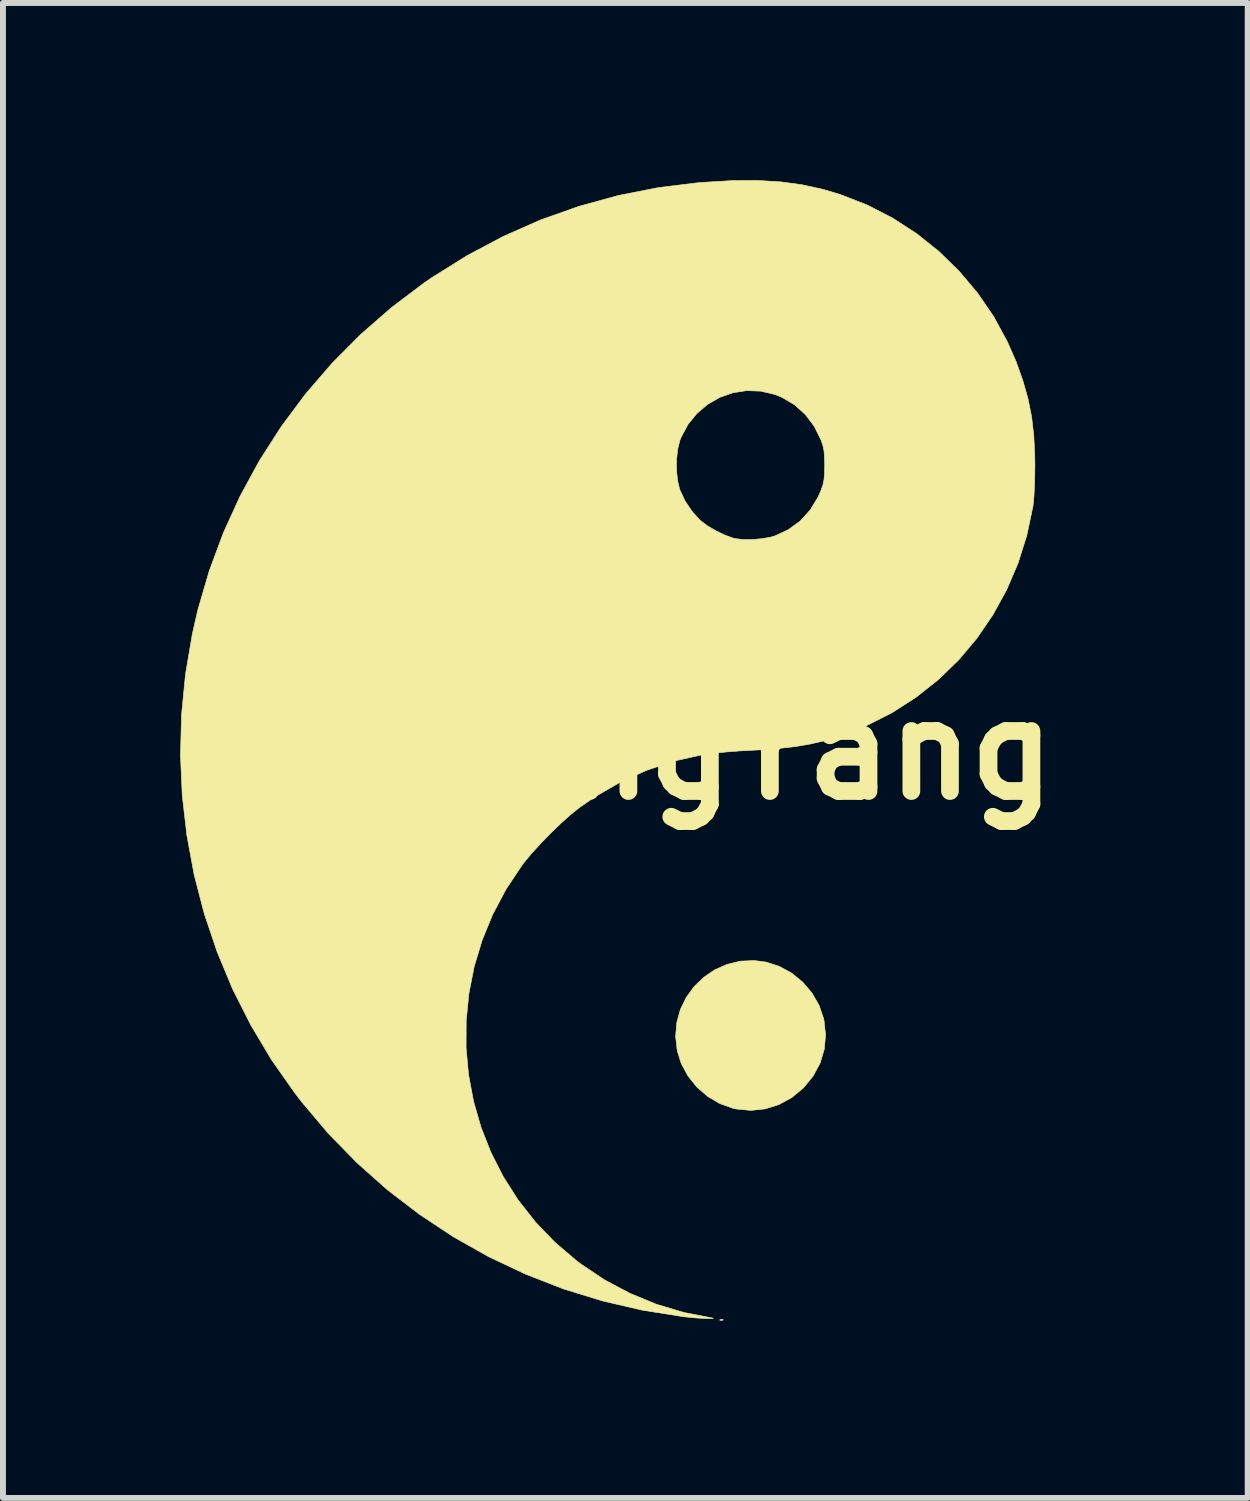
<source format=kicad_pcb>
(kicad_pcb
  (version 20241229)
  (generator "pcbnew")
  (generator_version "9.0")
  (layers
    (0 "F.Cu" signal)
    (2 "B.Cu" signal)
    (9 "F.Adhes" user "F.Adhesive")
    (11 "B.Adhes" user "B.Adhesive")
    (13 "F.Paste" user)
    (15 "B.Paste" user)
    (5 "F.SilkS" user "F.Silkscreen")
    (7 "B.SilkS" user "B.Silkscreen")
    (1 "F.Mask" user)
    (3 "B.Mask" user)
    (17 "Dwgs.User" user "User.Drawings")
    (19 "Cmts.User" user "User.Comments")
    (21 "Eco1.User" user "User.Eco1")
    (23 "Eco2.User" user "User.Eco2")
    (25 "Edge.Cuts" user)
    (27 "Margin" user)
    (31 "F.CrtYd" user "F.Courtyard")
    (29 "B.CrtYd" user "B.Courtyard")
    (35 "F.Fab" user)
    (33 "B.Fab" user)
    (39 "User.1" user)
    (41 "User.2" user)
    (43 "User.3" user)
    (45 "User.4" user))
  (footprint "YingYang"
    (layer "F.Cu")
    (at 9.655 9.65)
    (property "Reference" "YingYang" (at 0 0 0) (layer "F.SilkS") (effects (font (size 1.524 1.524) (thickness 0.3))))
    (attr through_hole)
    (fp_poly (pts (xy -0.464 9.637) (xy -0.472 9.648) (xy -0.497 9.65) (xy -0.525 9.644) (xy -0.513 9.635) (xy -0.473 9.632) (xy -0.464 9.637)) (stroke (width 0.01) (type solid)) (fill yes) (layer "F.SilkS"))
    (fp_poly (pts (xy 0.259 3.584) (xy 0.486 3.657) (xy 0.696 3.772) (xy 0.883 3.925) (xy 1.039 4.108) (xy 1.159 4.316) (xy 1.236 4.542) (xy 1.242 4.567) (xy 1.269 4.817) (xy 1.247 5.061) (xy 1.177 5.294) (xy 1.06 5.512) (xy 0.898 5.71) (xy 0.891 5.717) (xy 0.696 5.879) (xy 0.479 5.997) (xy 0.247 6.07) (xy 0.005 6.095) (xy -0.24 6.072) (xy -0.296 6.06) (xy -0.522 5.98) (xy -0.729 5.857) (xy -0.911 5.699) (xy -1.062 5.51) (xy -1.175 5.299) (xy -1.242 5.085) (xy -1.269 4.842) (xy -1.249 4.607) (xy -1.188 4.385) (xy -1.088 4.181) (xy -0.955 3.998) (xy -0.793 3.842) (xy -0.606 3.715) (xy -0.398 3.623) (xy -0.173 3.569) (xy 0.064 3.559) (xy 0.259 3.584)) (stroke (width 0.01) (type solid)) (fill yes) (layer "F.SilkS"))
    (fp_poly (pts (xy 0.509 -9.622) (xy 0.869 -9.573) (xy 1.219 -9.497) (xy 1.524 -9.406) (xy 1.976 -9.229) (xy 2.406 -9.008) (xy 2.81 -8.746) (xy 3.186 -8.446) (xy 3.53 -8.11) (xy 3.841 -7.741) (xy 4.114 -7.343) (xy 4.346 -6.917) (xy 4.494 -6.579) (xy 4.608 -6.258) (xy 4.695 -5.953) (xy 4.756 -5.649) (xy 4.793 -5.332) (xy 4.81 -4.988) (xy 4.812 -4.826) (xy 4.81 -4.643) (xy 4.805 -4.467) (xy 4.797 -4.311) (xy 4.787 -4.186) (xy 4.779 -4.128) (xy 4.675 -3.636) (xy 4.526 -3.164) (xy 4.334 -2.716) (xy 4.101 -2.292) (xy 3.83 -1.895) (xy 3.521 -1.529) (xy 3.177 -1.195) (xy 2.8 -0.897) (xy 2.393 -0.635) (xy 1.956 -0.414) (xy 1.765 -0.334) (xy 1.516 -0.242) (xy 1.274 -0.168) (xy 1.029 -0.11) (xy 0.769 -0.065) (xy 0.484 -0.032) (xy 0.165 -0.008) (xy 0.013 -0.000134) (xy -0.174 0.01) (xy -0.365 0.024) (xy -0.545 0.041) (xy -0.701 0.058) (xy -0.813 0.074) (xy -1.29 0.181) (xy -1.756 0.337) (xy -2.205 0.539) (xy -2.633 0.786) (xy -2.896 0.968) (xy -3.044 1.087) (xy -3.21 1.235) (xy -3.384 1.403) (xy -3.554 1.578) (xy -3.71 1.749) (xy -3.839 1.905) (xy -3.867 1.943) (xy -4.139 2.351) (xy -4.364 2.776) (xy -4.544 3.214) (xy -4.679 3.662) (xy -4.768 4.117) (xy -4.814 4.575) (xy -4.816 5.034) (xy -4.774 5.49) (xy -4.69 5.94) (xy -4.563 6.381) (xy -4.394 6.809) (xy -4.184 7.221) (xy -3.933 7.614) (xy -3.642 7.985) (xy -3.31 8.33) (xy -2.939 8.646) (xy -2.874 8.695) (xy -2.472 8.964) (xy -2.042 9.192) (xy -1.593 9.377) (xy -1.129 9.516) (xy -0.657 9.607) (xy -0.648 9.609) (xy -0.629 9.614) (xy -0.655 9.618) (xy -0.711 9.62) (xy -0.795 9.617) (xy -0.912 9.609) (xy -1.045 9.597) (xy -1.142 9.586) (xy -1.832 9.477) (xy -2.508 9.32) (xy -3.168 9.117) (xy -3.809 8.867) (xy -4.43 8.574) (xy -5.028 8.237) (xy -5.601 7.858) (xy -6.147 7.44) (xy -6.663 6.981) (xy -7.148 6.485) (xy -7.598 5.952) (xy -7.713 5.803) (xy -8.109 5.239) (xy -8.46 4.65) (xy -8.768 4.04) (xy -9.03 3.411) (xy -9.247 2.767) (xy -9.418 2.109) (xy -9.542 1.44) (xy -9.62 0.764) (xy -9.65 0.082) (xy -9.632 -0.603) (xy -9.565 -1.288) (xy -9.449 -1.97) (xy -9.357 -2.374) (xy -9.164 -3.035) (xy -8.925 -3.679) (xy -8.641 -4.302) (xy -8.403 -4.739) (xy -1.254 -4.739) (xy -1.236 -4.565) (xy -1.201 -4.418) (xy -1.199 -4.413) (xy -1.11 -4.222) (xy -0.988 -4.04) (xy -0.848 -3.888) (xy -0.842 -3.883) (xy -0.73 -3.799) (xy -0.588 -3.716) (xy -0.438 -3.644) (xy -0.298 -3.593) (xy -0.253 -3.582) (xy -0.126 -3.568) (xy 0.028 -3.568) (xy 0.189 -3.582) (xy 0.335 -3.607) (xy 0.409 -3.628) (xy 0.638 -3.734) (xy 0.838 -3.88) (xy 1.007 -4.065) (xy 1.141 -4.285) (xy 1.195 -4.407) (xy 1.224 -4.492) (xy 1.242 -4.577) (xy 1.251 -4.678) (xy 1.254 -4.811) (xy 1.254 -4.826) (xy 1.251 -4.963) (xy 1.243 -5.066) (xy 1.226 -5.152) (xy 1.198 -5.236) (xy 1.195 -5.245) (xy 1.079 -5.481) (xy 0.927 -5.683) (xy 0.743 -5.849) (xy 0.53 -5.975) (xy 0.411 -6.023) (xy 0.173 -6.079) (xy -0.066 -6.088) (xy -0.299 -6.052) (xy -0.52 -5.975) (xy -0.724 -5.858) (xy -0.905 -5.705) (xy -1.057 -5.52) (xy -1.174 -5.303) (xy -1.198 -5.243) (xy -1.234 -5.097) (xy -1.253 -4.923) (xy -1.254 -4.739) (xy -8.403 -4.739) (xy -8.313 -4.904) (xy -7.944 -5.48) (xy -7.534 -6.03) (xy -7.086 -6.55) (xy -6.6 -7.039) (xy -6.08 -7.493) (xy -5.527 -7.911) (xy -5.397 -8) (xy -4.8 -8.373) (xy -4.186 -8.699) (xy -3.554 -8.978) (xy -2.905 -9.208) (xy -2.24 -9.391) (xy -1.56 -9.525) (xy -0.865 -9.61) (xy -0.292 -9.644) (xy 0.125 -9.645) (xy 0.509 -9.622)) (stroke (width 0.01) (type solid)) (fill yes) (layer "F.SilkS")))
  (gr_rect
    (start -3 -3)
    (end 18.069 22.305)
    (stroke (width 0.1) (type default))
    (fill no)
    (layer "Edge.Cuts")))
</source>
